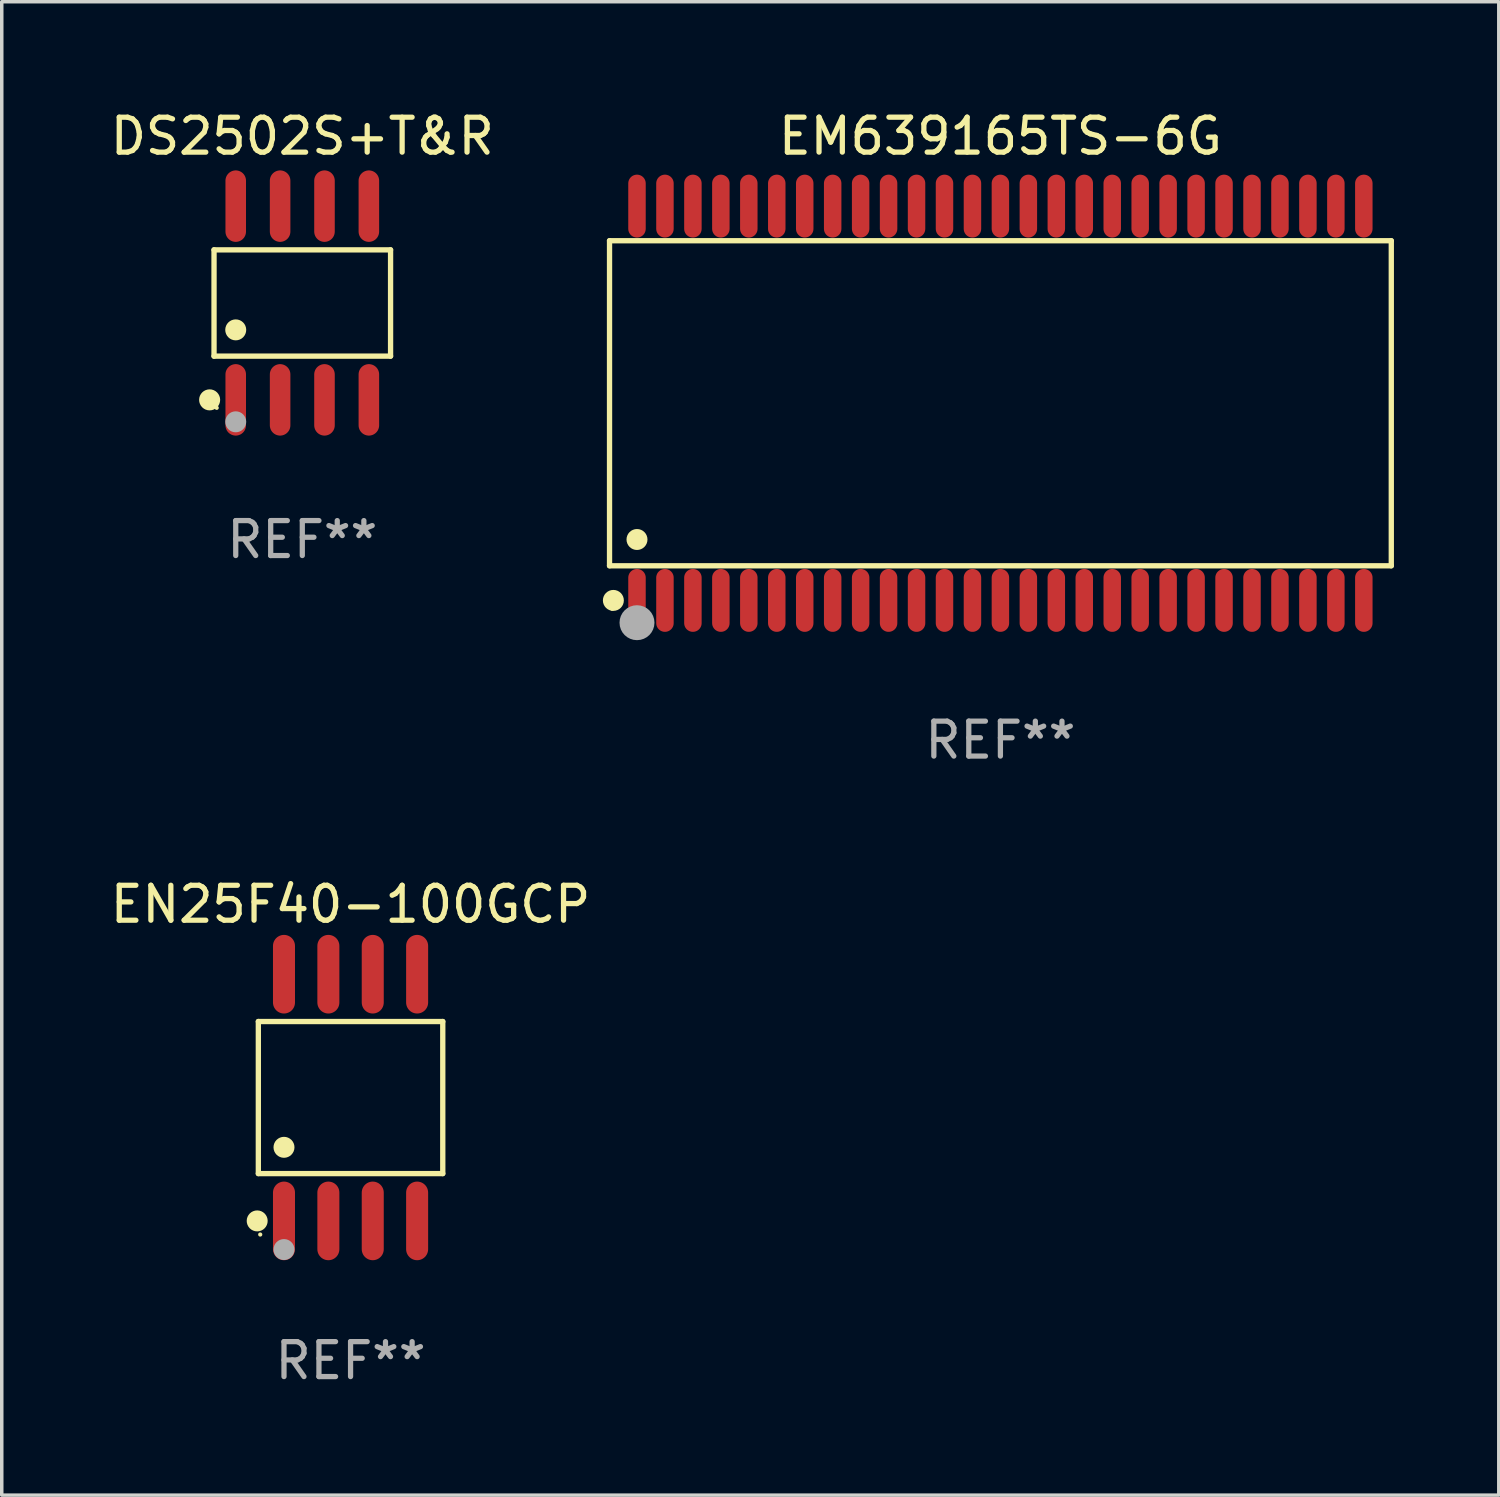
<source format=kicad_pcb>
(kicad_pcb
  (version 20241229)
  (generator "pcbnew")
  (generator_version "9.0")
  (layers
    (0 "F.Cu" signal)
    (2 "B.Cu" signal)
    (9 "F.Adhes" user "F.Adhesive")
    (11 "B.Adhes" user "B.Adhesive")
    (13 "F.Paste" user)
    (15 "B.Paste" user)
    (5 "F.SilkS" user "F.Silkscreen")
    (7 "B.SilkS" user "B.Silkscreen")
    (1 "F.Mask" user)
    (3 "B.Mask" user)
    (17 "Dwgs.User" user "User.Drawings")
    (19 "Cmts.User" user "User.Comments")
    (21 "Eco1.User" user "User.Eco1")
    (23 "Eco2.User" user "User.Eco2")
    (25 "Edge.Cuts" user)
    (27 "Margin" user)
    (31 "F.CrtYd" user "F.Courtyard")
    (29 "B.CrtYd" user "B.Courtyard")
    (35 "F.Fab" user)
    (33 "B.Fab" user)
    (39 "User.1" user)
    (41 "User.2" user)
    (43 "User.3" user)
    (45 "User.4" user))
  (footprint "DS2502S+T&R"
    (layer "F.Cu")
    (at 5.601 5.621)
    (property "Reference" "DS2502S+T&R" (at 0 -4.772 0) (layer "F.SilkS") (effects (font (size 1 1) (thickness 0.15))))
    (attr through_hole)
    (fp_line (start -2.526 -1.521) (end 2.526 -1.521) (stroke (width 0.152) (type solid)) (layer "F.SilkS"))
    (fp_line (start -2.526 1.521) (end -2.526 -1.521) (stroke (width 0.152) (type solid)) (layer "F.SilkS"))
    (fp_line (start 2.526 -1.521) (end 2.526 1.521) (stroke (width 0.152) (type solid)) (layer "F.SilkS"))
    (fp_line (start 2.526 1.521) (end -2.526 1.521) (stroke (width 0.152) (type solid)) (layer "F.SilkS"))
    (fp_circle (center -2.652 2.772) (end -2.501 2.772) (stroke (width 0.3) (type solid)) (fill no) (layer "F.SilkS"))
    (fp_circle (center -2.45 3) (end -2.42 3) (stroke (width 0.06) (type solid)) (fill no) (layer "F.SilkS"))
    (fp_circle (center -1.905 0.769) (end -1.755 0.769) (stroke (width 0.3) (type solid)) (fill no) (layer "F.SilkS"))
    (fp_circle (center -1.905 3.4) (end -1.755 3.4) (stroke (width 0.3) (type solid)) (fill no) (layer "F.Fab"))
    (fp_text user "REF**" (at 0 6.772 0) (layer "F.Fab") (effects (font (size 1 1) (thickness 0.15))))
    (pad "1" smd oval (at -1.905 2.772) (size 0.588 2.045) (layers "F.Cu" "F.Mask" "F.Paste"))
    (pad "2" smd oval (at -0.635 2.772) (size 0.588 2.045) (layers "F.Cu" "F.Mask" "F.Paste"))
    (pad "3" smd oval (at 0.635 2.772) (size 0.588 2.045) (layers "F.Cu" "F.Mask" "F.Paste"))
    (pad "4" smd oval (at 1.905 2.772) (size 0.588 2.045) (layers "F.Cu" "F.Mask" "F.Paste"))
    (pad "5" smd oval (at 1.905 -2.772) (size 0.588 2.045) (layers "F.Cu" "F.Mask" "F.Paste"))
    (pad "6" smd oval (at 0.635 -2.772) (size 0.588 2.045) (layers "F.Cu" "F.Mask" "F.Paste"))
    (pad "7" smd oval (at -0.635 -2.772) (size 0.588 2.045) (layers "F.Cu" "F.Mask" "F.Paste"))
    (pad "8" smd oval (at -1.905 -2.772) (size 0.588 2.045) (layers "F.Cu" "F.Mask" "F.Paste")))
  (footprint "EN25F40-100GCP"
    (layer "F.Cu")
    (at 6.982 28.359)
    (property "Reference" "EN25F40-100GCP" (at 0 -5.53 0) (layer "F.SilkS") (effects (font (size 1 1) (thickness 0.15))))
    (attr through_hole)
    (fp_line (start -2.639 -2.176) (end 2.639 -2.176) (stroke (width 0.152) (type solid)) (layer "F.SilkS"))
    (fp_line (start -2.639 2.176) (end -2.639 -2.176) (stroke (width 0.152) (type solid)) (layer "F.SilkS"))
    (fp_line (start 2.639 -2.176) (end 2.639 2.176) (stroke (width 0.152) (type solid)) (layer "F.SilkS"))
    (fp_line (start 2.639 2.176) (end -2.639 2.176) (stroke (width 0.152) (type solid)) (layer "F.SilkS"))
    (fp_circle (center -2.672 3.53) (end -2.522 3.53) (stroke (width 0.3) (type solid)) (fill no) (layer "F.SilkS"))
    (fp_circle (center -2.585 3.92) (end -2.555 3.92) (stroke (width 0.06) (type solid)) (fill no) (layer "F.SilkS"))
    (fp_circle (center -1.905 1.424) (end -1.755 1.424) (stroke (width 0.3) (type solid)) (fill no) (layer "F.SilkS"))
    (fp_circle (center -1.905 4.35) (end -1.755 4.35) (stroke (width 0.3) (type solid)) (fill no) (layer "F.Fab"))
    (fp_text user "REF**" (at 0 7.53 0) (layer "F.Fab") (effects (font (size 1 1) (thickness 0.15))))
    (pad "1" smd oval (at -1.905 3.53) (size 0.63 2.25) (layers "F.Cu" "F.Mask" "F.Paste"))
    (pad "2" smd oval (at -0.635 3.53) (size 0.63 2.25) (layers "F.Cu" "F.Mask" "F.Paste"))
    (pad "3" smd oval (at 0.635 3.53) (size 0.63 2.25) (layers "F.Cu" "F.Mask" "F.Paste"))
    (pad "4" smd oval (at 1.905 3.53) (size 0.63 2.25) (layers "F.Cu" "F.Mask" "F.Paste"))
    (pad "5" smd oval (at 1.905 -3.53) (size 0.63 2.25) (layers "F.Cu" "F.Mask" "F.Paste"))
    (pad "6" smd oval (at 0.635 -3.53) (size 0.63 2.25) (layers "F.Cu" "F.Mask" "F.Paste"))
    (pad "7" smd oval (at -0.635 -3.53) (size 0.63 2.25) (layers "F.Cu" "F.Mask" "F.Paste"))
    (pad "8" smd oval (at -1.905 -3.53) (size 0.63 2.25) (layers "F.Cu" "F.Mask" "F.Paste")))
  (footprint "EM639165TS-6G"
    (layer "F.Cu")
    (at 25.579 8.49)
    (property "Reference" "EM639165TS-6G" (at 0 -7.642 0) (layer "F.SilkS") (effects (font (size 1 1) (thickness 0.15))))
    (attr through_hole)
    (fp_line (start -11.186 -4.651) (end 11.186 -4.651) (stroke (width 0.152) (type solid)) (layer "F.SilkS"))
    (fp_line (start -11.186 4.651) (end -11.186 -4.651) (stroke (width 0.152) (type solid)) (layer "F.SilkS"))
    (fp_line (start 11.186 -4.651) (end 11.186 4.651) (stroke (width 0.152) (type solid)) (layer "F.SilkS"))
    (fp_line (start 11.186 4.651) (end -11.186 4.651) (stroke (width 0.152) (type solid)) (layer "F.SilkS"))
    (fp_circle (center -11.11 5.88) (end -11.08 5.88) (stroke (width 0.06) (type solid)) (fill no) (layer "F.SilkS"))
    (fp_circle (center -11.076 5.642) (end -10.926 5.642) (stroke (width 0.3) (type solid)) (fill no) (layer "F.SilkS"))
    (fp_circle (center -10.4 3.899) (end -10.25 3.899) (stroke (width 0.3) (type solid)) (fill no) (layer "F.SilkS"))
    (fp_circle (center -10.4 6.28) (end -10.15 6.28) (stroke (width 0.5) (type solid)) (fill no) (layer "F.Fab"))
    (fp_text user "REF**" (at 0 9.642 0) (layer "F.Fab") (effects (font (size 1 1) (thickness 0.15))))
    (pad "1" smd oval (at -10.4 5.642) (size 0.5 1.8) (layers "F.Cu" "F.Mask" "F.Paste"))
    (pad "2" smd oval (at -9.6 5.642) (size 0.5 1.8) (layers "F.Cu" "F.Mask" "F.Paste"))
    (pad "3" smd oval (at -8.8 5.642) (size 0.5 1.8) (layers "F.Cu" "F.Mask" "F.Paste"))
    (pad "4" smd oval (at -8 5.642) (size 0.5 1.8) (layers "F.Cu" "F.Mask" "F.Paste"))
    (pad "5" smd oval (at -7.2 5.642) (size 0.5 1.8) (layers "F.Cu" "F.Mask" "F.Paste"))
    (pad "6" smd oval (at -6.4 5.642) (size 0.5 1.8) (layers "F.Cu" "F.Mask" "F.Paste"))
    (pad "7" smd oval (at -5.6 5.642) (size 0.5 1.8) (layers "F.Cu" "F.Mask" "F.Paste"))
    (pad "8" smd oval (at -4.8 5.642) (size 0.5 1.8) (layers "F.Cu" "F.Mask" "F.Paste"))
    (pad "9" smd oval (at -4 5.642) (size 0.5 1.8) (layers "F.Cu" "F.Mask" "F.Paste"))
    (pad "10" smd oval (at -3.2 5.642) (size 0.5 1.8) (layers "F.Cu" "F.Mask" "F.Paste"))
    (pad "11" smd oval (at -2.4 5.642) (size 0.5 1.8) (layers "F.Cu" "F.Mask" "F.Paste"))
    (pad "12" smd oval (at -1.6 5.642) (size 0.5 1.8) (layers "F.Cu" "F.Mask" "F.Paste"))
    (pad "13" smd oval (at -0.8 5.642) (size 0.5 1.8) (layers "F.Cu" "F.Mask" "F.Paste"))
    (pad "14" smd oval (at 0 5.642) (size 0.5 1.8) (layers "F.Cu" "F.Mask" "F.Paste"))
    (pad "15" smd oval (at 0.8 5.642) (size 0.5 1.8) (layers "F.Cu" "F.Mask" "F.Paste"))
    (pad "16" smd oval (at 1.6 5.642) (size 0.5 1.8) (layers "F.Cu" "F.Mask" "F.Paste"))
    (pad "17" smd oval (at 2.4 5.642) (size 0.5 1.8) (layers "F.Cu" "F.Mask" "F.Paste"))
    (pad "18" smd oval (at 3.2 5.642) (size 0.5 1.8) (layers "F.Cu" "F.Mask" "F.Paste"))
    (pad "19" smd oval (at 4 5.642) (size 0.5 1.8) (layers "F.Cu" "F.Mask" "F.Paste"))
    (pad "20" smd oval (at 4.8 5.642) (size 0.5 1.8) (layers "F.Cu" "F.Mask" "F.Paste"))
    (pad "21" smd oval (at 5.6 5.642) (size 0.5 1.8) (layers "F.Cu" "F.Mask" "F.Paste"))
    (pad "22" smd oval (at 6.4 5.642) (size 0.5 1.8) (layers "F.Cu" "F.Mask" "F.Paste"))
    (pad "23" smd oval (at 7.2 5.642) (size 0.5 1.8) (layers "F.Cu" "F.Mask" "F.Paste"))
    (pad "24" smd oval (at 8 5.642) (size 0.5 1.8) (layers "F.Cu" "F.Mask" "F.Paste"))
    (pad "25" smd oval (at 8.8 5.642) (size 0.5 1.8) (layers "F.Cu" "F.Mask" "F.Paste"))
    (pad "26" smd oval (at 9.6 5.642) (size 0.5 1.8) (layers "F.Cu" "F.Mask" "F.Paste"))
    (pad "27" smd oval (at 10.4 5.642) (size 0.5 1.8) (layers "F.Cu" "F.Mask" "F.Paste"))
    (pad "28" smd oval (at 10.4 -5.642) (size 0.5 1.8) (layers "F.Cu" "F.Mask" "F.Paste"))
    (pad "29" smd oval (at 9.6 -5.642) (size 0.5 1.8) (layers "F.Cu" "F.Mask" "F.Paste"))
    (pad "30" smd oval (at 8.8 -5.642) (size 0.5 1.8) (layers "F.Cu" "F.Mask" "F.Paste"))
    (pad "31" smd oval (at 8 -5.642) (size 0.5 1.8) (layers "F.Cu" "F.Mask" "F.Paste"))
    (pad "32" smd oval (at 7.2 -5.642) (size 0.5 1.8) (layers "F.Cu" "F.Mask" "F.Paste"))
    (pad "33" smd oval (at 6.4 -5.642) (size 0.5 1.8) (layers "F.Cu" "F.Mask" "F.Paste"))
    (pad "34" smd oval (at 5.6 -5.642) (size 0.5 1.8) (layers "F.Cu" "F.Mask" "F.Paste"))
    (pad "35" smd oval (at 4.8 -5.642) (size 0.5 1.8) (layers "F.Cu" "F.Mask" "F.Paste"))
    (pad "36" smd oval (at 4 -5.642) (size 0.5 1.8) (layers "F.Cu" "F.Mask" "F.Paste"))
    (pad "37" smd oval (at 3.2 -5.642) (size 0.5 1.8) (layers "F.Cu" "F.Mask" "F.Paste"))
    (pad "38" smd oval (at 2.4 -5.642) (size 0.5 1.8) (layers "F.Cu" "F.Mask" "F.Paste"))
    (pad "39" smd oval (at 1.6 -5.642) (size 0.5 1.8) (layers "F.Cu" "F.Mask" "F.Paste"))
    (pad "40" smd oval (at 0.8 -5.642) (size 0.5 1.8) (layers "F.Cu" "F.Mask" "F.Paste"))
    (pad "41" smd oval (at 0 -5.642) (size 0.5 1.8) (layers "F.Cu" "F.Mask" "F.Paste"))
    (pad "42" smd oval (at -0.8 -5.642) (size 0.5 1.8) (layers "F.Cu" "F.Mask" "F.Paste"))
    (pad "43" smd oval (at -1.6 -5.642) (size 0.5 1.8) (layers "F.Cu" "F.Mask" "F.Paste"))
    (pad "44" smd oval (at -2.4 -5.642) (size 0.5 1.8) (layers "F.Cu" "F.Mask" "F.Paste"))
    (pad "45" smd oval (at -3.2 -5.642) (size 0.5 1.8) (layers "F.Cu" "F.Mask" "F.Paste"))
    (pad "46" smd oval (at -4 -5.642) (size 0.5 1.8) (layers "F.Cu" "F.Mask" "F.Paste"))
    (pad "47" smd oval (at -4.8 -5.642) (size 0.5 1.8) (layers "F.Cu" "F.Mask" "F.Paste"))
    (pad "48" smd oval (at -5.6 -5.642) (size 0.5 1.8) (layers "F.Cu" "F.Mask" "F.Paste"))
    (pad "49" smd oval (at -6.4 -5.642) (size 0.5 1.8) (layers "F.Cu" "F.Mask" "F.Paste"))
    (pad "50" smd oval (at -7.2 -5.642) (size 0.5 1.8) (layers "F.Cu" "F.Mask" "F.Paste"))
    (pad "51" smd oval (at -8 -5.642) (size 0.5 1.8) (layers "F.Cu" "F.Mask" "F.Paste"))
    (pad "52" smd oval (at -8.8 -5.642) (size 0.5 1.8) (layers "F.Cu" "F.Mask" "F.Paste"))
    (pad "53" smd oval (at -9.6 -5.642) (size 0.5 1.8) (layers "F.Cu" "F.Mask" "F.Paste"))
    (pad "54" smd oval (at -10.4 -5.642) (size 0.5 1.8) (layers "F.Cu" "F.Mask" "F.Paste")))
  (gr_rect
    (start -3 -3)
    (end 39.841 39.737)
    (stroke (width 0.1) (type default))
    (fill no)
    (layer "Edge.Cuts")))
</source>
